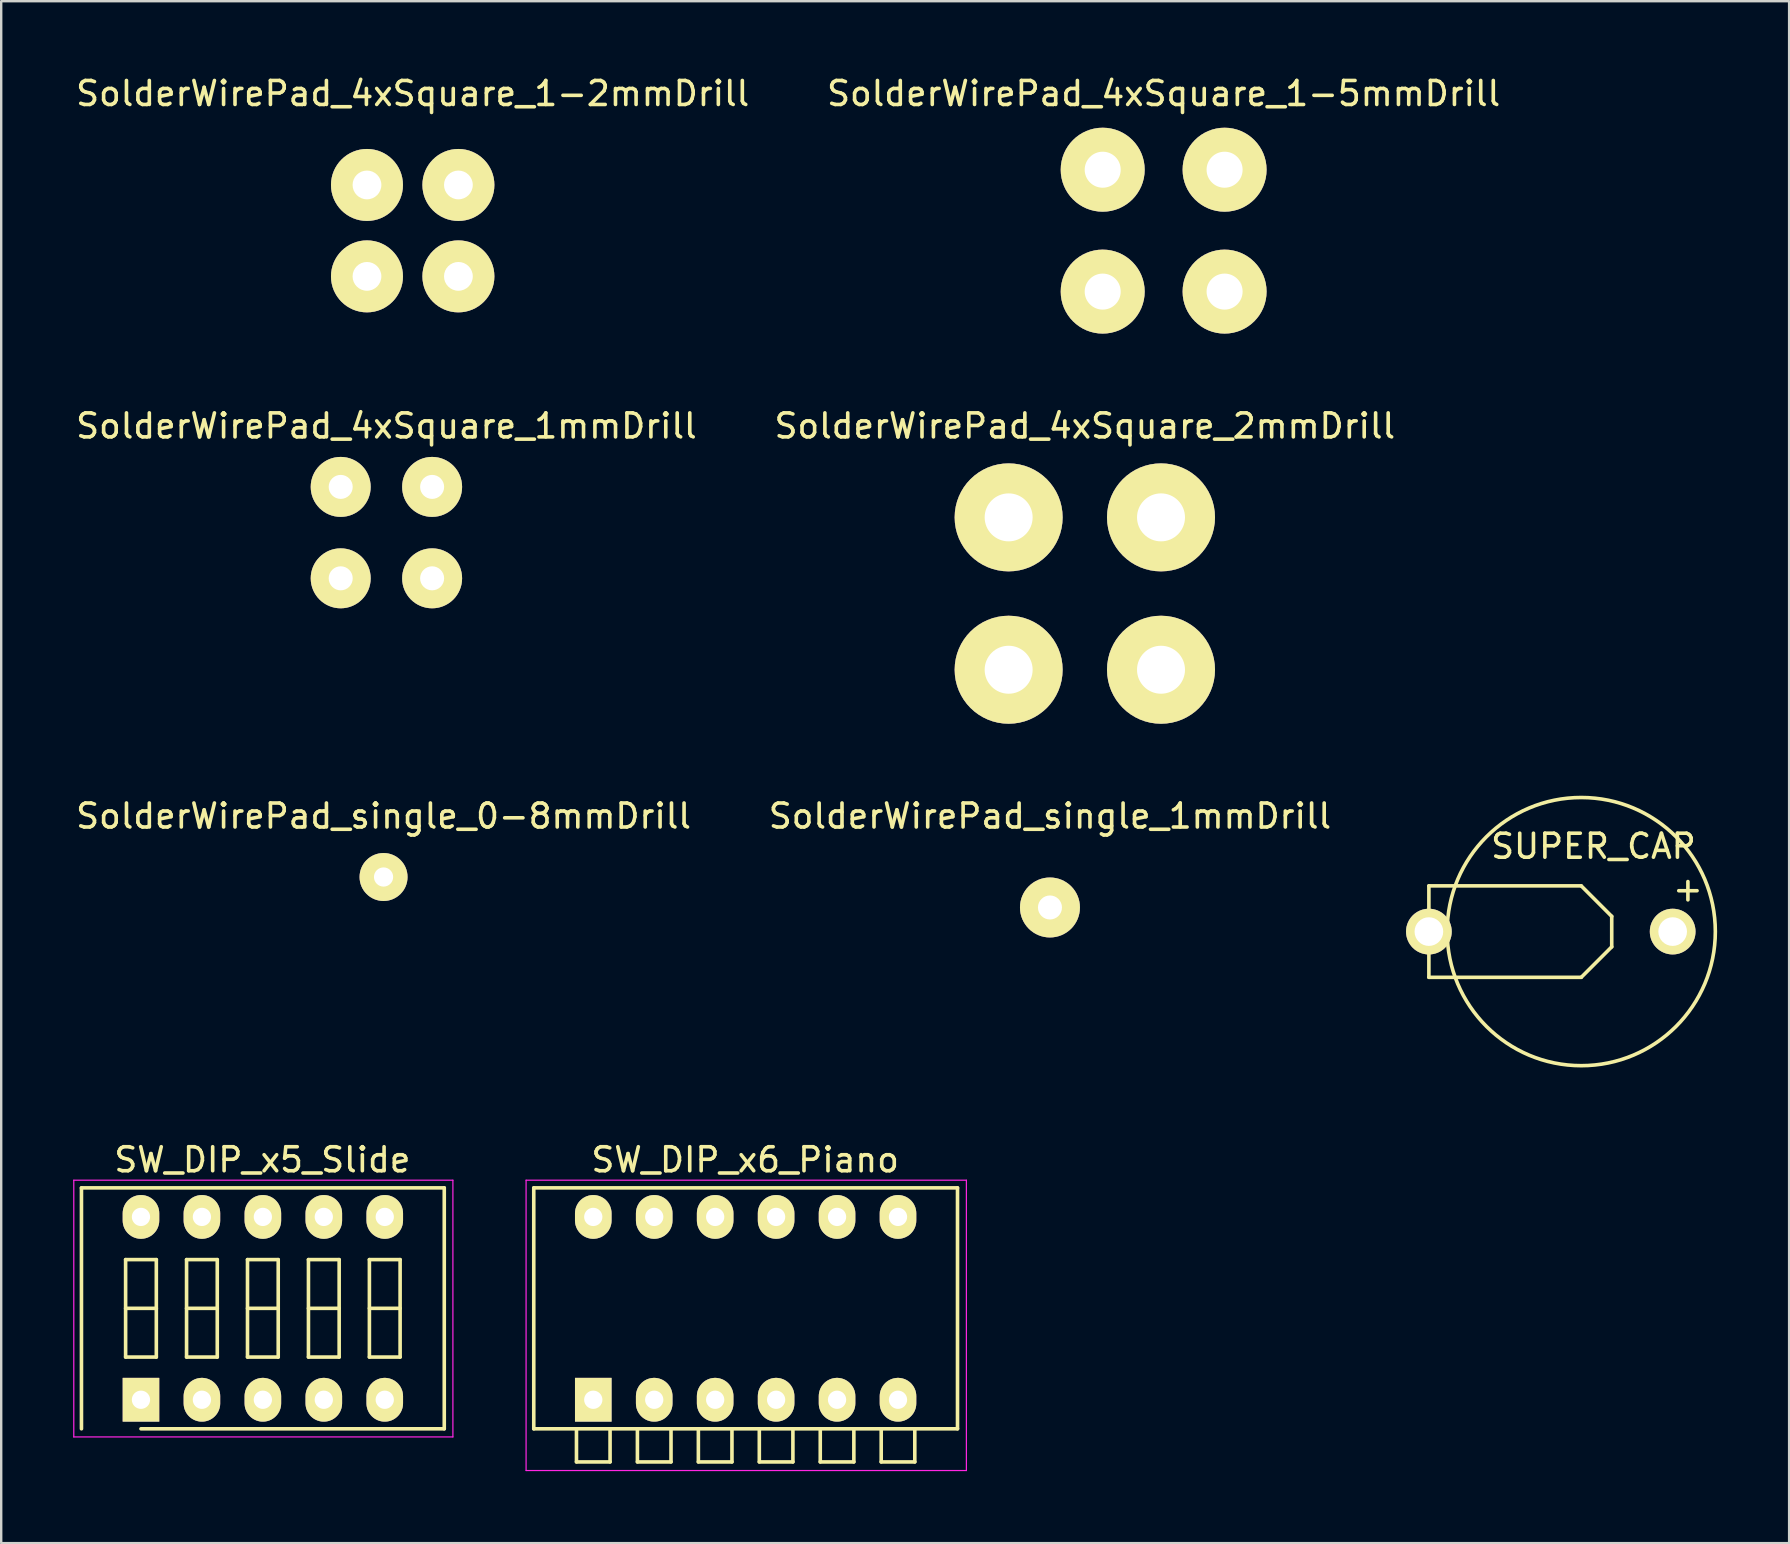
<source format=kicad_pcb>
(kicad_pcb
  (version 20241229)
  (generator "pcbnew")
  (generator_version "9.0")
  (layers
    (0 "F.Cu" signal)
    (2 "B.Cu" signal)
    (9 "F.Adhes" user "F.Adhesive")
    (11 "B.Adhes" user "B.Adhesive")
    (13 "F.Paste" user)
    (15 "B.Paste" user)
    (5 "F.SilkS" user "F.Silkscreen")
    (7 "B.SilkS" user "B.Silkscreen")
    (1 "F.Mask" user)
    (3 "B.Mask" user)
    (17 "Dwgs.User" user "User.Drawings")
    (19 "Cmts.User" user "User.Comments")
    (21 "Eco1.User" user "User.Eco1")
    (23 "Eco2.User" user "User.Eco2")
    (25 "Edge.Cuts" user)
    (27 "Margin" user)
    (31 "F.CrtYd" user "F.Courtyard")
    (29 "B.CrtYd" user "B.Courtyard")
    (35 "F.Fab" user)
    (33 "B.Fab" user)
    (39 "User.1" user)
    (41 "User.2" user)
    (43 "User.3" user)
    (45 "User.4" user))
  (footprint "SUPER_CAP"
    (layer "F.Cu")
    (at 62.85 35.775)
    (property "Reference" "SUPER_CAP" (at 0.508 -3.556 0) (layer "F.SilkS") (effects (font (size 1 1) (thickness 0.15))))
    (attr through_hole)
    (fp_line (start -6.35 -1.905) (end -6.35 1.905) (stroke (width 0.15) (type solid)) (layer "F.SilkS"))
    (fp_line (start -6.35 1.905) (end 0 1.905) (stroke (width 0.15) (type solid)) (layer "F.SilkS"))
    (fp_line (start -5.715 0) (end -6.35 0) (stroke (width 0.15) (type solid)) (layer "F.SilkS"))
    (fp_line (start 0 -1.905) (end -6.35 -1.905) (stroke (width 0.15) (type solid)) (layer "F.SilkS"))
    (fp_line (start 0 1.905) (end 1.27 0.635) (stroke (width 0.15) (type solid)) (layer "F.SilkS"))
    (fp_line (start 1.27 -0.635) (end 0 -1.905) (stroke (width 0.15) (type solid)) (layer "F.SilkS"))
    (fp_line (start 1.27 0.635) (end 1.27 -0.635) (stroke (width 0.15) (type solid)) (layer "F.SilkS"))
    (fp_circle (center 0 0) (end 0 -5.588) (stroke (width 0.15) (type solid)) (fill no) (layer "F.SilkS"))
    (fp_text user "+" (at 4.445 -1.778 0) (layer "F.SilkS") (effects (font (size 1 1) (thickness 0.15))))
    (pad "1" thru_hole circle (at 3.81 0) (size 1.905 1.905) (drill 1.194) (layers "*.Cu" "*.Mask" "F.SilkS"))
    (pad "2" thru_hole circle (at -6.35 0) (size 1.905 1.905) (drill 1.194) (layers "*.Cu" "*.Mask" "F.SilkS")))
  (footprint "SolderWirePad_single_0-8mmDrill"
    (layer "F.Cu")
    (at 12.935 33.5)
    (property "Reference" "SolderWirePad_single_0-8mmDrill" (at 0 -2.54 0) (layer "F.SilkS") (effects (font (size 1 1) (thickness 0.15))))
    (attr through_hole)
    (pad "1" thru_hole circle (at 0 0) (size 1.999 1.999) (drill 0.8) (layers "*.Cu" "*.Mask" "F.SilkS")))
  (footprint "SolderWirePad_single_1mmDrill"
    (layer "F.Cu")
    (at 40.708 34.77)
    (property "Reference" "SolderWirePad_single_1mmDrill" (at 0 -3.81 0) (layer "F.SilkS") (effects (font (size 1 1) (thickness 0.15))))
    (attr through_hole)
    (pad "1" thru_hole circle (at 0 0) (size 2.499 2.499) (drill 1.001) (layers "*.Cu" "*.Mask" "F.SilkS")))
  (footprint "SolderWirePad_4xSquare_1-2mmDrill"
    (layer "F.Cu")
    (at 14.149 6.563)
    (property "Reference" "SolderWirePad_4xSquare_1-2mmDrill" (at 0 -5.715 0) (layer "F.SilkS") (effects (font (size 1 1) (thickness 0.15))))
    (attr through_hole)
    (pad "1" thru_hole circle (at -1.905 -1.905) (size 3 3) (drill 1.199) (layers "*.Cu" "*.Mask" "F.SilkS"))
    (pad "1" thru_hole circle (at -1.905 1.905) (size 3 3) (drill 1.199) (layers "*.Cu" "*.Mask" "F.SilkS"))
    (pad "1" thru_hole circle (at 1.905 -1.905) (size 3 3) (drill 1.199) (layers "*.Cu" "*.Mask" "F.SilkS"))
    (pad "1" thru_hole circle (at 1.905 1.905) (size 3 3) (drill 1.199) (layers "*.Cu" "*.Mask" "F.SilkS")))
  (footprint "SolderWirePad_4xSquare_2mmDrill"
    (layer "F.Cu")
    (at 42.161 21.687)
    (property "Reference" "SolderWirePad_4xSquare_2mmDrill" (at 0 -6.985 0) (layer "F.SilkS") (effects (font (size 1 1) (thickness 0.15))))
    (attr through_hole)
    (pad "1" thru_hole circle (at -3.175 -3.175) (size 4.501 4.501) (drill 1.999) (layers "*.Cu" "*.Mask" "F.SilkS"))
    (pad "1" thru_hole circle (at -3.175 3.175) (size 4.501 4.501) (drill 1.999) (layers "*.Cu" "*.Mask" "F.SilkS"))
    (pad "1" thru_hole circle (at 3.175 -3.175) (size 4.501 4.501) (drill 1.999) (layers "*.Cu" "*.Mask" "F.SilkS"))
    (pad "1" thru_hole circle (at 3.175 3.175) (size 4.501 4.501) (drill 1.999) (layers "*.Cu" "*.Mask" "F.SilkS")))
  (footprint "SW_DIP_x6_Piano"
    (layer "F.Cu")
    (at 21.675 55.286)
    (property "Reference" "SW_DIP_x6_Piano" (at 6.33 -10 0) (layer "F.SilkS") (effects (font (size 1 1) (thickness 0.15))))
    (attr through_hole)
    (fp_line (start -2.48 -8.83) (end 15.18 -8.83) (stroke (width 0.15) (type solid)) (layer "F.SilkS"))
    (fp_line (start -2.48 1.21) (end -2.48 -8.83) (stroke (width 0.15) (type solid)) (layer "F.SilkS"))
    (fp_line (start -0.7 1.22) (end -0.7 2.59) (stroke (width 0.15) (type solid)) (layer "F.SilkS"))
    (fp_line (start -0.7 2.59) (end 0.7 2.59) (stroke (width 0.15) (type solid)) (layer "F.SilkS"))
    (fp_line (start 0.7 2.59) (end 0.7 1.22) (stroke (width 0.15) (type solid)) (layer "F.SilkS"))
    (fp_line (start 1.84 1.22) (end 1.84 2.59) (stroke (width 0.15) (type solid)) (layer "F.SilkS"))
    (fp_line (start 1.84 2.59) (end 3.24 2.59) (stroke (width 0.15) (type solid)) (layer "F.SilkS"))
    (fp_line (start 3.24 2.59) (end 3.24 1.22) (stroke (width 0.15) (type solid)) (layer "F.SilkS"))
    (fp_line (start 4.38 1.22) (end 4.38 2.59) (stroke (width 0.15) (type solid)) (layer "F.SilkS"))
    (fp_line (start 4.38 2.59) (end 5.78 2.59) (stroke (width 0.15) (type solid)) (layer "F.SilkS"))
    (fp_line (start 5.78 2.59) (end 5.78 1.22) (stroke (width 0.15) (type solid)) (layer "F.SilkS"))
    (fp_line (start 6.92 1.22) (end 6.92 2.59) (stroke (width 0.15) (type solid)) (layer "F.SilkS"))
    (fp_line (start 6.92 2.59) (end 8.32 2.59) (stroke (width 0.15) (type solid)) (layer "F.SilkS"))
    (fp_line (start 8.32 2.59) (end 8.32 1.22) (stroke (width 0.15) (type solid)) (layer "F.SilkS"))
    (fp_line (start 9.46 1.22) (end 9.46 2.59) (stroke (width 0.15) (type solid)) (layer "F.SilkS"))
    (fp_line (start 9.46 2.59) (end 10.86 2.59) (stroke (width 0.15) (type solid)) (layer "F.SilkS"))
    (fp_line (start 10.86 2.59) (end 10.86 1.22) (stroke (width 0.15) (type solid)) (layer "F.SilkS"))
    (fp_line (start 12 1.22) (end 12 2.59) (stroke (width 0.15) (type solid)) (layer "F.SilkS"))
    (fp_line (start 12 2.59) (end 13.4 2.59) (stroke (width 0.15) (type solid)) (layer "F.SilkS"))
    (fp_line (start 13.4 2.59) (end 13.4 1.22) (stroke (width 0.15) (type solid)) (layer "F.SilkS"))
    (fp_line (start 15.18 -8.83) (end 15.18 1.21) (stroke (width 0.15) (type solid)) (layer "F.SilkS"))
    (fp_line (start 15.18 1.21) (end -2.48 1.21) (stroke (width 0.15) (type solid)) (layer "F.SilkS"))
    (fp_line (start -2.8 -9.15) (end -2.8 2.95) (stroke (width 0.05) (type solid)) (layer "F.CrtYd"))
    (fp_line (start -2.8 2.95) (end 15.55 2.95) (stroke (width 0.05) (type solid)) (layer "F.CrtYd"))
    (fp_line (start 15.55 -9.15) (end -2.8 -9.15) (stroke (width 0.05) (type solid)) (layer "F.CrtYd"))
    (fp_line (start 15.55 2.95) (end 15.55 -9.15) (stroke (width 0.05) (type solid)) (layer "F.CrtYd"))
    (pad "1" thru_hole rect (at 0 0) (size 1.524 1.824) (drill 0.762) (layers "*.Cu" "*.Mask" "F.SilkS"))
    (pad "2" thru_hole oval (at 2.54 0) (size 1.524 1.824) (drill 0.762) (layers "*.Cu" "*.Mask" "F.SilkS"))
    (pad "3" thru_hole oval (at 5.08 0) (size 1.524 1.824) (drill 0.762) (layers "*.Cu" "*.Mask" "F.SilkS"))
    (pad "4" thru_hole oval (at 7.62 0) (size 1.524 1.824) (drill 0.762) (layers "*.Cu" "*.Mask" "F.SilkS"))
    (pad "5" thru_hole oval (at 10.16 0) (size 1.524 1.824) (drill 0.762) (layers "*.Cu" "*.Mask" "F.SilkS"))
    (pad "6" thru_hole oval (at 12.7 0) (size 1.524 1.824) (drill 0.762) (layers "*.Cu" "*.Mask" "F.SilkS"))
    (pad "7" thru_hole oval (at 12.7 -7.62) (size 1.524 1.824) (drill 0.762) (layers "*.Cu" "*.Mask" "F.SilkS"))
    (pad "8" thru_hole oval (at 10.16 -7.62) (size 1.524 1.824) (drill 0.762) (layers "*.Cu" "*.Mask" "F.SilkS"))
    (pad "9" thru_hole oval (at 7.62 -7.62) (size 1.524 1.824) (drill 0.762) (layers "*.Cu" "*.Mask" "F.SilkS"))
    (pad "10" thru_hole oval (at 5.08 -7.62) (size 1.524 1.824) (drill 0.762) (layers "*.Cu" "*.Mask" "F.SilkS"))
    (pad "11" thru_hole oval (at 2.54 -7.62) (size 1.524 1.824) (drill 0.762) (layers "*.Cu" "*.Mask" "F.SilkS"))
    (pad "12" thru_hole oval (at 0 -7.62) (size 1.524 1.824) (drill 0.762) (layers "*.Cu" "*.Mask" "F.SilkS")))
  (footprint "SolderWirePad_4xSquare_1mmDrill"
    (layer "F.Cu")
    (at 13.054 19.147)
    (property "Reference" "SolderWirePad_4xSquare_1mmDrill" (at 0 -4.445 0) (layer "F.SilkS") (effects (font (size 1 1) (thickness 0.15))))
    (attr through_hole)
    (pad "1" thru_hole circle (at -1.905 -1.905) (size 2.499 2.499) (drill 1.001) (layers "*.Cu" "*.Mask" "F.SilkS"))
    (pad "1" thru_hole circle (at -1.905 1.905) (size 2.499 2.499) (drill 1.001) (layers "*.Cu" "*.Mask" "F.SilkS"))
    (pad "1" thru_hole circle (at 1.905 -1.905) (size 2.499 2.499) (drill 1.001) (layers "*.Cu" "*.Mask" "F.SilkS"))
    (pad "1" thru_hole circle (at 1.905 1.905) (size 2.499 2.499) (drill 1.001) (layers "*.Cu" "*.Mask" "F.SilkS")))
  (footprint "SolderWirePad_4xSquare_1-5mmDrill"
    (layer "F.Cu")
    (at 45.446 6.563)
    (property "Reference" "SolderWirePad_4xSquare_1-5mmDrill" (at 0 -5.715 0) (layer "F.SilkS") (effects (font (size 1 1) (thickness 0.15))))
    (attr through_hole)
    (pad "1" thru_hole circle (at -2.54 -2.54) (size 3.5 3.5) (drill 1.501) (layers "*.Cu" "*.Mask" "F.SilkS"))
    (pad "1" thru_hole circle (at -2.54 2.54) (size 3.5 3.5) (drill 1.501) (layers "*.Cu" "*.Mask" "F.SilkS"))
    (pad "1" thru_hole circle (at 2.54 -2.54) (size 3.5 3.5) (drill 1.501) (layers "*.Cu" "*.Mask" "F.SilkS"))
    (pad "1" thru_hole circle (at 2.54 2.54) (size 3.5 3.5) (drill 1.501) (layers "*.Cu" "*.Mask" "F.SilkS")))
  (footprint "SW_DIP_x5_Slide"
    (layer "F.Cu")
    (at 2.825 55.286)
    (property "Reference" "SW_DIP_x5_Slide" (at 5.06 -10 0) (layer "F.SilkS") (effects (font (size 1 1) (thickness 0.15))))
    (attr through_hole)
    (fp_line (start -2.48 -8.83) (end 12.64 -8.83) (stroke (width 0.15) (type solid)) (layer "F.SilkS"))
    (fp_line (start -2.48 1.21) (end -2.48 -8.83) (stroke (width 0.15) (type solid)) (layer "F.SilkS"))
    (fp_line (start -0.64 -5.84) (end -0.64 -1.78) (stroke (width 0.15) (type solid)) (layer "F.SilkS"))
    (fp_line (start -0.64 -3.81) (end 0.64 -3.81) (stroke (width 0.15) (type solid)) (layer "F.SilkS"))
    (fp_line (start -0.64 -1.78) (end 0.64 -1.78) (stroke (width 0.15) (type solid)) (layer "F.SilkS"))
    (fp_line (start 0.64 -5.84) (end -0.64 -5.84) (stroke (width 0.15) (type solid)) (layer "F.SilkS"))
    (fp_line (start 0.64 -1.78) (end 0.64 -5.84) (stroke (width 0.15) (type solid)) (layer "F.SilkS"))
    (fp_line (start 1.9 -5.84) (end 1.9 -1.78) (stroke (width 0.15) (type solid)) (layer "F.SilkS"))
    (fp_line (start 1.9 -3.81) (end 3.18 -3.81) (stroke (width 0.15) (type solid)) (layer "F.SilkS"))
    (fp_line (start 1.9 -1.78) (end 3.18 -1.78) (stroke (width 0.15) (type solid)) (layer "F.SilkS"))
    (fp_line (start 3.18 -5.84) (end 1.9 -5.84) (stroke (width 0.15) (type solid)) (layer "F.SilkS"))
    (fp_line (start 3.18 -1.78) (end 3.18 -5.84) (stroke (width 0.15) (type solid)) (layer "F.SilkS"))
    (fp_line (start 4.44 -5.84) (end 4.44 -1.78) (stroke (width 0.15) (type solid)) (layer "F.SilkS"))
    (fp_line (start 4.44 -3.81) (end 5.72 -3.81) (stroke (width 0.15) (type solid)) (layer "F.SilkS"))
    (fp_line (start 4.44 -1.78) (end 5.72 -1.78) (stroke (width 0.15) (type solid)) (layer "F.SilkS"))
    (fp_line (start 5.72 -5.84) (end 4.44 -5.84) (stroke (width 0.15) (type solid)) (layer "F.SilkS"))
    (fp_line (start 5.72 -1.78) (end 5.72 -5.84) (stroke (width 0.15) (type solid)) (layer "F.SilkS"))
    (fp_line (start 6.98 -5.84) (end 6.98 -1.78) (stroke (width 0.15) (type solid)) (layer "F.SilkS"))
    (fp_line (start 6.98 -3.81) (end 8.26 -3.81) (stroke (width 0.15) (type solid)) (layer "F.SilkS"))
    (fp_line (start 6.98 -1.78) (end 8.26 -1.78) (stroke (width 0.15) (type solid)) (layer "F.SilkS"))
    (fp_line (start 8.26 -5.84) (end 6.98 -5.84) (stroke (width 0.15) (type solid)) (layer "F.SilkS"))
    (fp_line (start 8.26 -1.78) (end 8.26 -5.84) (stroke (width 0.15) (type solid)) (layer "F.SilkS"))
    (fp_line (start 9.52 -5.84) (end 9.52 -1.78) (stroke (width 0.15) (type solid)) (layer "F.SilkS"))
    (fp_line (start 9.52 -3.81) (end 10.8 -3.81) (stroke (width 0.15) (type solid)) (layer "F.SilkS"))
    (fp_line (start 9.52 -1.78) (end 10.8 -1.78) (stroke (width 0.15) (type solid)) (layer "F.SilkS"))
    (fp_line (start 10.8 -5.84) (end 9.52 -5.84) (stroke (width 0.15) (type solid)) (layer "F.SilkS"))
    (fp_line (start 10.8 -1.78) (end 10.8 -5.84) (stroke (width 0.15) (type solid)) (layer "F.SilkS"))
    (fp_line (start 12.64 -8.83) (end 12.64 1.21) (stroke (width 0.15) (type solid)) (layer "F.SilkS"))
    (fp_line (start 12.64 1.21) (end 0 1.21) (stroke (width 0.15) (type solid)) (layer "F.SilkS"))
    (fp_line (start -2.8 -9.15) (end -2.8 1.55) (stroke (width 0.05) (type solid)) (layer "F.CrtYd"))
    (fp_line (start -2.8 1.55) (end 13 1.55) (stroke (width 0.05) (type solid)) (layer "F.CrtYd"))
    (fp_line (start 13 -9.15) (end -2.8 -9.15) (stroke (width 0.05) (type solid)) (layer "F.CrtYd"))
    (fp_line (start 13 1.55) (end 13 -9.15) (stroke (width 0.05) (type solid)) (layer "F.CrtYd"))
    (pad "1" thru_hole rect (at 0 0) (size 1.524 1.824) (drill 0.762) (layers "*.Cu" "*.Mask" "F.SilkS"))
    (pad "2" thru_hole oval (at 2.54 0) (size 1.524 1.824) (drill 0.762) (layers "*.Cu" "*.Mask" "F.SilkS"))
    (pad "3" thru_hole oval (at 5.08 0) (size 1.524 1.824) (drill 0.762) (layers "*.Cu" "*.Mask" "F.SilkS"))
    (pad "4" thru_hole oval (at 7.62 0) (size 1.524 1.824) (drill 0.762) (layers "*.Cu" "*.Mask" "F.SilkS"))
    (pad "5" thru_hole oval (at 10.16 0) (size 1.524 1.824) (drill 0.762) (layers "*.Cu" "*.Mask" "F.SilkS"))
    (pad "6" thru_hole oval (at 10.16 -7.62) (size 1.524 1.824) (drill 0.762) (layers "*.Cu" "*.Mask" "F.SilkS"))
    (pad "7" thru_hole oval (at 7.62 -7.62) (size 1.524 1.824) (drill 0.762) (layers "*.Cu" "*.Mask" "F.SilkS"))
    (pad "8" thru_hole oval (at 5.08 -7.62) (size 1.524 1.824) (drill 0.762) (layers "*.Cu" "*.Mask" "F.SilkS"))
    (pad "9" thru_hole oval (at 2.54 -7.62) (size 1.524 1.824) (drill 0.762) (layers "*.Cu" "*.Mask" "F.SilkS"))
    (pad "10" thru_hole oval (at 0 -7.62) (size 1.524 1.824) (drill 0.762) (layers "*.Cu" "*.Mask" "F.SilkS")))
  (gr_rect
    (start -3 -3)
    (end 71.513 61.261)
    (stroke (width 0.1) (type default))
    (fill no)
    (layer "Edge.Cuts")))
</source>
